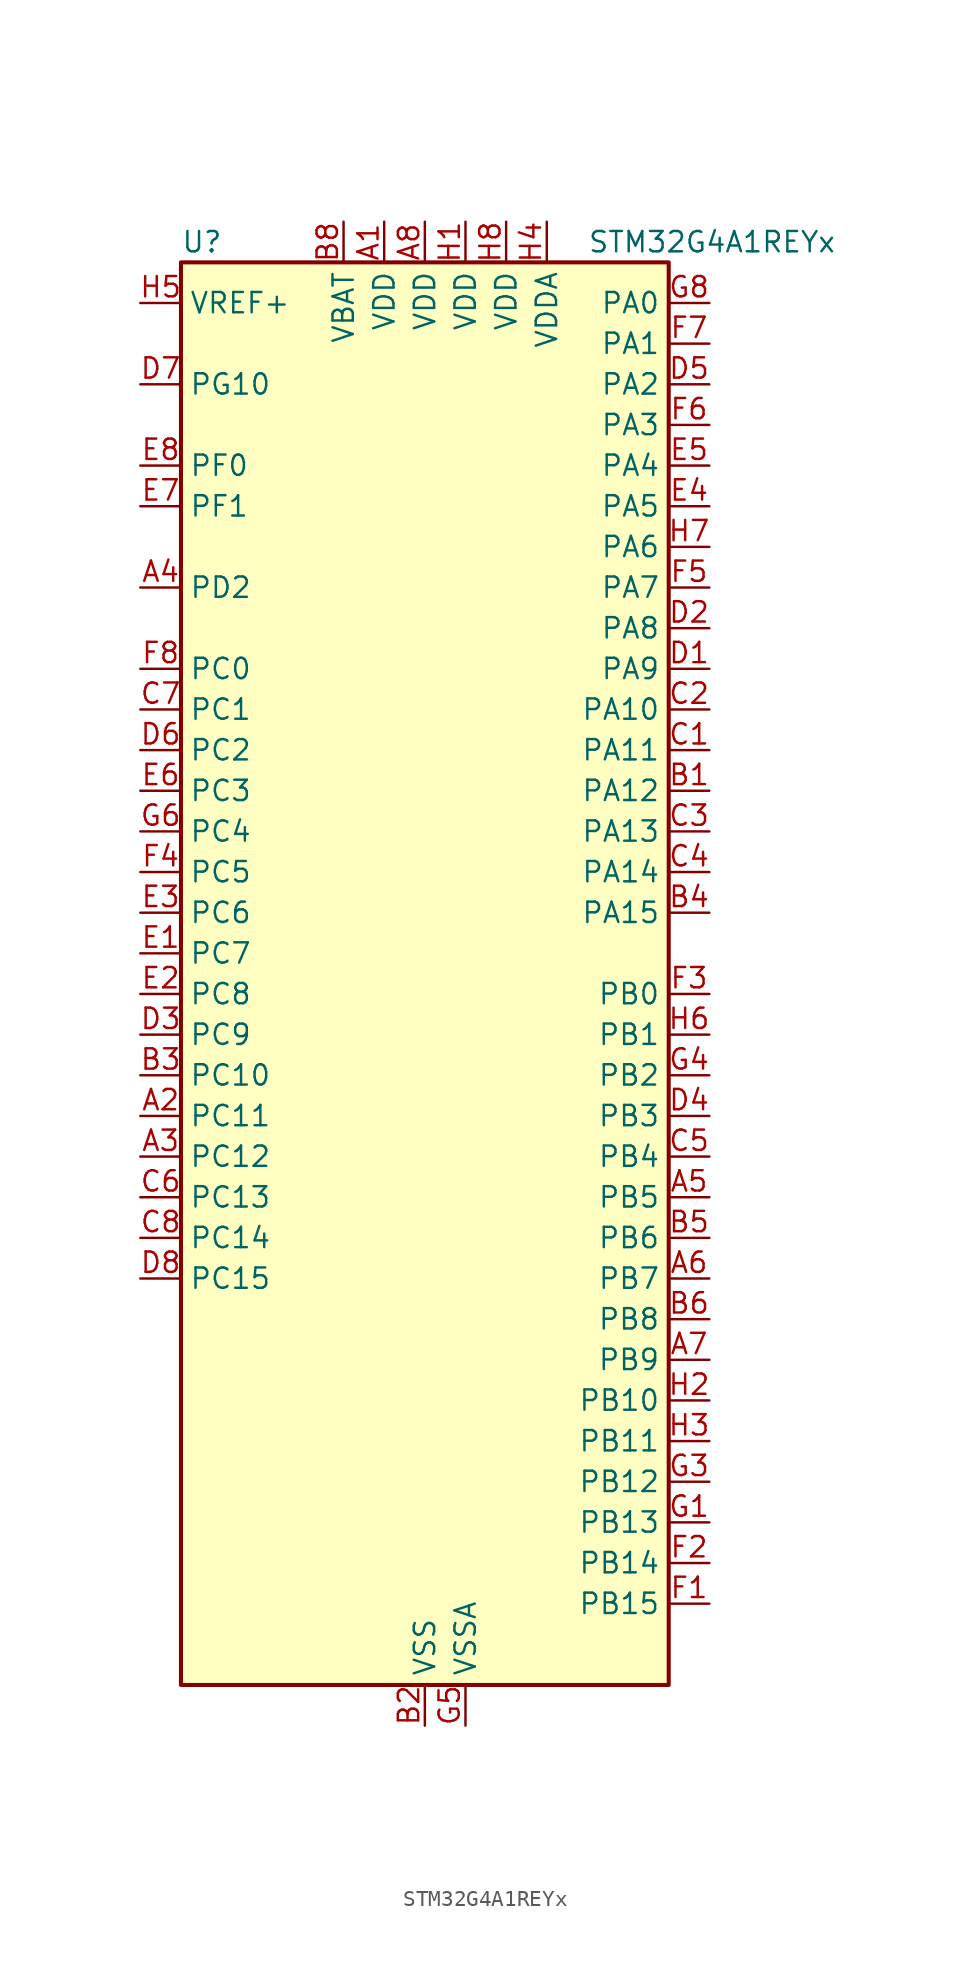
<source format=kicad_sym>
(kicad_symbol_lib
  (version 20220914)
  (generator kicad_symbol_editor)
  (symbol "STM32G4A1REYx"
    (property "Reference" "U"
      (at -15.24 46.99 0)
      (effects (font (size 1.27 1.27)) (justify left)))
    (property "Value" "STM32G4A1REYx"
      (at 10.16 46.99 0)
      (effects (font (size 1.27 1.27)) (justify left)))
    (property "ki_locked" ""
      (at 0 0 0)
      (effects (font (size 1.27 1.27))))
    (symbol "STM32G4A1REYx_0_1"
      (rectangle (start -15.24 -43.18) (end 15.24 45.72) (stroke (width 0.254) (type default)) (fill (type background))))
    (symbol "STM32G4A1REYx_1_1"
      (pin power_in line (at -2.54 48.26 270) (length 2.54) (name "VDD" (effects (font (size 1.27 1.27)))) (number "A1" (effects (font (size 1.27 1.27)))))
      (pin bidirectional line (at -17.78 -7.62 0) (length 2.54) (name "PC11" (effects (font (size 1.27 1.27)))) (number "A2" (effects (font (size 1.27 1.27)))) (alternate "ADC1_EXTI11" bidirectional line) (alternate "ADC2_EXTI11" bidirectional line) (alternate "I2C3_SDA" bidirectional line) (alternate "SPI3_MISO" bidirectional line) (alternate "TIM8_CH2N" bidirectional line) (alternate "UART4_RX" bidirectional line) (alternate "USART3_RX" bidirectional line))
      (pin bidirectional line (at -17.78 -10.16 0) (length 2.54) (name "PC12" (effects (font (size 1.27 1.27)))) (number "A3" (effects (font (size 1.27 1.27)))) (alternate "I2S3_SD" bidirectional line) (alternate "SPI3_MOSI" bidirectional line) (alternate "TIM8_CH3N" bidirectional line) (alternate "UART5_TX" bidirectional line) (alternate "UCPD1_FRSTX1" bidirectional line) (alternate "UCPD1_FRSTX2" bidirectional line) (alternate "USART3_CK" bidirectional line))
      (pin bidirectional line (at -17.78 25.4 0) (length 2.54) (name "PD2" (effects (font (size 1.27 1.27)))) (number "A4" (effects (font (size 1.27 1.27)))) (alternate "ADC3_EXTI2" bidirectional line) (alternate "TIM3_ETR" bidirectional line) (alternate "TIM8_BKIN" bidirectional line) (alternate "UART5_RX" bidirectional line))
      (pin bidirectional line (at 17.78 -12.7 180) (length 2.54) (name "PB5" (effects (font (size 1.27 1.27)))) (number "A5" (effects (font (size 1.27 1.27)))) (alternate "FDCAN2_RX" bidirectional line) (alternate "I2C1_SMBA" bidirectional line) (alternate "I2C3_SDA" bidirectional line) (alternate "I2S3_SD" bidirectional line) (alternate "LPTIM1_IN1" bidirectional line) (alternate "SAI1_SD_B" bidirectional line) (alternate "SPI1_MOSI" bidirectional line) (alternate "SPI3_MOSI" bidirectional line) (alternate "TIM16_BKIN" bidirectional line) (alternate "TIM17_CH1" bidirectional line) (alternate "TIM3_CH2" bidirectional line) (alternate "TIM8_CH3N" bidirectional line) (alternate "UART5_CTS" bidirectional line) (alternate "USART2_CK" bidirectional line))
      (pin bidirectional line (at 17.78 -17.78 180) (length 2.54) (name "PB7" (effects (font (size 1.27 1.27)))) (number "A6" (effects (font (size 1.27 1.27)))) (alternate "COMP3_OUT" bidirectional line) (alternate "I2C1_SDA" bidirectional line) (alternate "LPTIM1_IN2" bidirectional line) (alternate "SYS_PVD_IN" bidirectional line) (alternate "TIM17_CH1N" bidirectional line) (alternate "TIM3_CH4" bidirectional line) (alternate "TIM4_CH2" bidirectional line) (alternate "TIM8_BKIN" bidirectional line) (alternate "UART4_CTS" bidirectional line) (alternate "USART1_RX" bidirectional line))
      (pin bidirectional line (at 17.78 -22.86 180) (length 2.54) (name "PB9" (effects (font (size 1.27 1.27)))) (number "A7" (effects (font (size 1.27 1.27)))) (alternate "COMP2_OUT" bidirectional line) (alternate "DAC1_EXTI9" bidirectional line) (alternate "DAC3_EXTI9" bidirectional line) (alternate "FDCAN1_TX" bidirectional line) (alternate "I2C1_SDA" bidirectional line) (alternate "IR_OUT" bidirectional line) (alternate "SAI1_D2" bidirectional line) (alternate "SAI1_FS_A" bidirectional line) (alternate "TIM17_CH1" bidirectional line) (alternate "TIM1_CH3N" bidirectional line) (alternate "TIM4_CH4" bidirectional line) (alternate "TIM8_CH3" bidirectional line) (alternate "USART3_TX" bidirectional line))
      (pin power_in line (at 0 48.26 270) (length 2.54) (name "VDD" (effects (font (size 1.27 1.27)))) (number "A8" (effects (font (size 1.27 1.27)))))
      (pin bidirectional line (at 17.78 12.7 180) (length 2.54) (name "PA12" (effects (font (size 1.27 1.27)))) (number "B1" (effects (font (size 1.27 1.27)))) (alternate "COMP2_OUT" bidirectional line) (alternate "FDCAN1_TX" bidirectional line) (alternate "I2S_CKIN" bidirectional line) (alternate "TIM16_CH1" bidirectional line) (alternate "TIM1_CH2N" bidirectional line) (alternate "TIM1_ETR" bidirectional line) (alternate "TIM4_CH2" bidirectional line) (alternate "USART1_DE" bidirectional line) (alternate "USART1_RTS" bidirectional line) (alternate "USB_DP" bidirectional line))
      (pin power_in line (at 0 -45.72 90) (length 2.54) (name "VSS" (effects (font (size 1.27 1.27)))) (number "B2" (effects (font (size 1.27 1.27)))))
      (pin bidirectional line (at -17.78 -5.08 0) (length 2.54) (name "PC10" (effects (font (size 1.27 1.27)))) (number "B3" (effects (font (size 1.27 1.27)))) (alternate "DAC1_EXTI10" bidirectional line) (alternate "DAC3_EXTI10" bidirectional line) (alternate "I2S3_CK" bidirectional line) (alternate "SPI3_SCK" bidirectional line) (alternate "TIM8_CH1N" bidirectional line) (alternate "UART4_TX" bidirectional line) (alternate "USART3_TX" bidirectional line))
      (pin bidirectional line (at 17.78 5.08 180) (length 2.54) (name "PA15" (effects (font (size 1.27 1.27)))) (number "B4" (effects (font (size 1.27 1.27)))) (alternate "ADC1_EXTI15" bidirectional line) (alternate "ADC2_EXTI15" bidirectional line) (alternate "I2C1_SCL" bidirectional line) (alternate "I2S3_WS" bidirectional line) (alternate "SPI1_NSS" bidirectional line) (alternate "SPI3_NSS" bidirectional line) (alternate "SYS_JTDI" bidirectional line) (alternate "TIM1_BKIN" bidirectional line) (alternate "TIM20_ETR" bidirectional line) (alternate "TIM2_CH1" bidirectional line) (alternate "TIM2_ETR" bidirectional line) (alternate "TIM8_CH1" bidirectional line) (alternate "UART4_DE" bidirectional line) (alternate "UART4_RTS" bidirectional line) (alternate "USART2_RX" bidirectional line))
      (pin bidirectional line (at 17.78 -15.24 180) (length 2.54) (name "PB6" (effects (font (size 1.27 1.27)))) (number "B5" (effects (font (size 1.27 1.27)))) (alternate "COMP4_OUT" bidirectional line) (alternate "FDCAN2_TX" bidirectional line) (alternate "LPTIM1_ETR" bidirectional line) (alternate "SAI1_FS_B" bidirectional line) (alternate "TIM16_CH1N" bidirectional line) (alternate "TIM4_CH1" bidirectional line) (alternate "TIM8_BKIN2" bidirectional line) (alternate "TIM8_CH1" bidirectional line) (alternate "TIM8_ETR" bidirectional line) (alternate "UCPD1_CC1" bidirectional line) (alternate "USART1_TX" bidirectional line))
      (pin bidirectional line (at 17.78 -20.32 180) (length 2.54) (name "PB8" (effects (font (size 1.27 1.27)))) (number "B6" (effects (font (size 1.27 1.27)))) (alternate "COMP1_OUT" bidirectional line) (alternate "FDCAN1_RX" bidirectional line) (alternate "I2C1_SCL" bidirectional line) (alternate "SAI1_CK1" bidirectional line) (alternate "SAI1_MCLK_A" bidirectional line) (alternate "TIM16_CH1" bidirectional line) (alternate "TIM1_BKIN" bidirectional line) (alternate "TIM4_CH3" bidirectional line) (alternate "TIM8_CH2" bidirectional line) (alternate "USART3_RX" bidirectional line))
      (pin passive line (at 0 -45.72 90) (length 2.54) hide (name "VSS" (effects (font (size 1.27 1.27)))) (number "B7" (effects (font (size 1.27 1.27)))))
      (pin power_in line (at -5.08 48.26 270) (length 2.54) (name "VBAT" (effects (font (size 1.27 1.27)))) (number "B8" (effects (font (size 1.27 1.27)))))
      (pin bidirectional line (at 17.78 15.24 180) (length 2.54) (name "PA11" (effects (font (size 1.27 1.27)))) (number "C1" (effects (font (size 1.27 1.27)))) (alternate "ADC1_EXTI11" bidirectional line) (alternate "ADC2_EXTI11" bidirectional line) (alternate "COMP1_OUT" bidirectional line) (alternate "FDCAN1_RX" bidirectional line) (alternate "I2S2_SD" bidirectional line) (alternate "SPI2_MOSI" bidirectional line) (alternate "TIM1_BKIN2" bidirectional line) (alternate "TIM1_CH1N" bidirectional line) (alternate "TIM1_CH4" bidirectional line) (alternate "TIM4_CH1" bidirectional line) (alternate "USART1_CTS" bidirectional line) (alternate "USART1_NSS" bidirectional line) (alternate "USB_DM" bidirectional line))
      (pin bidirectional line (at 17.78 17.78 180) (length 2.54) (name "PA10" (effects (font (size 1.27 1.27)))) (number "C2" (effects (font (size 1.27 1.27)))) (alternate "CRS_SYNC" bidirectional line) (alternate "DAC1_EXTI10" bidirectional line) (alternate "DAC3_EXTI10" bidirectional line) (alternate "I2C2_SMBA" bidirectional line) (alternate "SAI1_D1" bidirectional line) (alternate "SAI1_SD_A" bidirectional line) (alternate "SPI2_MISO" bidirectional line) (alternate "TIM17_BKIN" bidirectional line) (alternate "TIM1_CH3" bidirectional line) (alternate "TIM2_CH4" bidirectional line) (alternate "TIM8_BKIN" bidirectional line) (alternate "UCPD1_DBCC2" bidirectional line) (alternate "USART1_RX" bidirectional line))
      (pin bidirectional line (at 17.78 10.16 180) (length 2.54) (name "PA13" (effects (font (size 1.27 1.27)))) (number "C3" (effects (font (size 1.27 1.27)))) (alternate "I2C1_SCL" bidirectional line) (alternate "IR_OUT" bidirectional line) (alternate "SAI1_SD_B" bidirectional line) (alternate "SYS_JTMS-SWDIO" bidirectional line) (alternate "TIM16_CH1N" bidirectional line) (alternate "TIM4_CH3" bidirectional line) (alternate "USART3_CTS" bidirectional line) (alternate "USART3_NSS" bidirectional line))
      (pin bidirectional line (at 17.78 7.62 180) (length 2.54) (name "PA14" (effects (font (size 1.27 1.27)))) (number "C4" (effects (font (size 1.27 1.27)))) (alternate "I2C1_SDA" bidirectional line) (alternate "LPTIM1_OUT" bidirectional line) (alternate "SAI1_FS_B" bidirectional line) (alternate "SYS_JTCK-SWCLK" bidirectional line) (alternate "TIM1_BKIN" bidirectional line) (alternate "TIM8_CH2" bidirectional line) (alternate "USART2_TX" bidirectional line))
      (pin bidirectional line (at 17.78 -10.16 180) (length 2.54) (name "PB4" (effects (font (size 1.27 1.27)))) (number "C5" (effects (font (size 1.27 1.27)))) (alternate "SAI1_MCLK_B" bidirectional line) (alternate "SPI1_MISO" bidirectional line) (alternate "SPI3_MISO" bidirectional line) (alternate "SYS_JTRST" bidirectional line) (alternate "TIM16_CH1" bidirectional line) (alternate "TIM17_BKIN" bidirectional line) (alternate "TIM3_CH1" bidirectional line) (alternate "TIM8_CH2N" bidirectional line) (alternate "UART5_DE" bidirectional line) (alternate "UART5_RTS" bidirectional line) (alternate "UCPD1_CC2" bidirectional line) (alternate "USART2_RX" bidirectional line))
      (pin bidirectional line (at -17.78 -12.7 0) (length 2.54) (name "PC13" (effects (font (size 1.27 1.27)))) (number "C6" (effects (font (size 1.27 1.27)))) (alternate "RTC_OUT1" bidirectional line) (alternate "RTC_TAMP1" bidirectional line) (alternate "RTC_TS" bidirectional line) (alternate "SYS_WKUP2" bidirectional line) (alternate "TIM1_BKIN" bidirectional line) (alternate "TIM1_CH1N" bidirectional line) (alternate "TIM8_CH4N" bidirectional line))
      (pin bidirectional line (at -17.78 17.78 0) (length 2.54) (name "PC1" (effects (font (size 1.27 1.27)))) (number "C7" (effects (font (size 1.27 1.27)))) (alternate "ADC1_IN7" bidirectional line) (alternate "ADC2_IN7" bidirectional line) (alternate "COMP3_INP" bidirectional line) (alternate "LPTIM1_OUT" bidirectional line) (alternate "LPUART1_TX" bidirectional line) (alternate "QUADSPI1_BK2_IO0" bidirectional line) (alternate "SAI1_SD_A" bidirectional line) (alternate "TIM1_CH2" bidirectional line))
      (pin bidirectional line (at -17.78 -15.24 0) (length 2.54) (name "PC14" (effects (font (size 1.27 1.27)))) (number "C8" (effects (font (size 1.27 1.27)))) (alternate "RCC_OSC32_IN" bidirectional line))
      (pin bidirectional line (at 17.78 20.32 180) (length 2.54) (name "PA9" (effects (font (size 1.27 1.27)))) (number "D1" (effects (font (size 1.27 1.27)))) (alternate "DAC1_EXTI9" bidirectional line) (alternate "DAC3_EXTI9" bidirectional line) (alternate "I2C2_SCL" bidirectional line) (alternate "I2C3_SMBA" bidirectional line) (alternate "I2S3_MCK" bidirectional line) (alternate "SAI1_FS_A" bidirectional line) (alternate "TIM15_BKIN" bidirectional line) (alternate "TIM1_CH2" bidirectional line) (alternate "TIM2_CH3" bidirectional line) (alternate "UCPD1_DBCC1" bidirectional line) (alternate "USART1_TX" bidirectional line))
      (pin bidirectional line (at 17.78 22.86 180) (length 2.54) (name "PA8" (effects (font (size 1.27 1.27)))) (number "D2" (effects (font (size 1.27 1.27)))) (alternate "I2C2_SDA" bidirectional line) (alternate "I2C3_SCL" bidirectional line) (alternate "I2S2_MCK" bidirectional line) (alternate "RCC_MCO" bidirectional line) (alternate "SAI1_CK2" bidirectional line) (alternate "SAI1_SCK_A" bidirectional line) (alternate "TIM1_CH1" bidirectional line) (alternate "TIM4_ETR" bidirectional line) (alternate "USART1_CK" bidirectional line))
      (pin bidirectional line (at -17.78 -2.54 0) (length 2.54) (name "PC9" (effects (font (size 1.27 1.27)))) (number "D3" (effects (font (size 1.27 1.27)))) (alternate "DAC1_EXTI9" bidirectional line) (alternate "DAC3_EXTI9" bidirectional line) (alternate "I2C3_SDA" bidirectional line) (alternate "I2S_CKIN" bidirectional line) (alternate "TIM3_CH4" bidirectional line) (alternate "TIM8_BKIN2" bidirectional line) (alternate "TIM8_CH4" bidirectional line))
      (pin bidirectional line (at 17.78 -7.62 180) (length 2.54) (name "PB3" (effects (font (size 1.27 1.27)))) (number "D4" (effects (font (size 1.27 1.27)))) (alternate "ADC3_EXTI3" bidirectional line) (alternate "CRS_SYNC" bidirectional line) (alternate "I2S3_CK" bidirectional line) (alternate "SAI1_SCK_B" bidirectional line) (alternate "SPI1_SCK" bidirectional line) (alternate "SPI3_SCK" bidirectional line) (alternate "SYS_JTDO-SWO" bidirectional line) (alternate "TIM2_CH2" bidirectional line) (alternate "TIM3_ETR" bidirectional line) (alternate "TIM4_ETR" bidirectional line) (alternate "TIM8_CH1N" bidirectional line) (alternate "USART2_TX" bidirectional line))
      (pin bidirectional line (at 17.78 38.1 180) (length 2.54) (name "PA2" (effects (font (size 1.27 1.27)))) (number "D5" (effects (font (size 1.27 1.27)))) (alternate "ADC1_IN3" bidirectional line) (alternate "ADC3_EXTI2" bidirectional line) (alternate "COMP2_INM" bidirectional line) (alternate "COMP2_OUT" bidirectional line) (alternate "LPUART1_TX" bidirectional line) (alternate "OPAMP1_VOUT" bidirectional line) (alternate "QUADSPI1_BK1_NCS" bidirectional line) (alternate "RCC_LSCO" bidirectional line) (alternate "SYS_WKUP4" bidirectional line) (alternate "TIM15_CH1" bidirectional line) (alternate "TIM2_CH3" bidirectional line) (alternate "UCPD1_FRSTX1" bidirectional line) (alternate "UCPD1_FRSTX2" bidirectional line) (alternate "USART2_TX" bidirectional line))
      (pin bidirectional line (at -17.78 15.24 0) (length 2.54) (name "PC2" (effects (font (size 1.27 1.27)))) (number "D6" (effects (font (size 1.27 1.27)))) (alternate "ADC1_IN8" bidirectional line) (alternate "ADC2_IN8" bidirectional line) (alternate "ADC3_EXTI2" bidirectional line) (alternate "COMP3_OUT" bidirectional line) (alternate "LPTIM1_IN2" bidirectional line) (alternate "QUADSPI1_BK2_IO1" bidirectional line) (alternate "TIM1_CH3" bidirectional line) (alternate "TIM20_CH2" bidirectional line))
      (pin bidirectional line (at -17.78 38.1 0) (length 2.54) (name "PG10" (effects (font (size 1.27 1.27)))) (number "D7" (effects (font (size 1.27 1.27)))) (alternate "DAC1_EXTI10" bidirectional line) (alternate "DAC3_EXTI10" bidirectional line) (alternate "RCC_MCO" bidirectional line))
      (pin bidirectional line (at -17.78 -17.78 0) (length 2.54) (name "PC15" (effects (font (size 1.27 1.27)))) (number "D8" (effects (font (size 1.27 1.27)))) (alternate "ADC1_EXTI15" bidirectional line) (alternate "ADC2_EXTI15" bidirectional line) (alternate "RCC_OSC32_OUT" bidirectional line))
      (pin bidirectional line (at -17.78 2.54 0) (length 2.54) (name "PC7" (effects (font (size 1.27 1.27)))) (number "E1" (effects (font (size 1.27 1.27)))) (alternate "I2S3_MCK" bidirectional line) (alternate "TIM3_CH2" bidirectional line) (alternate "TIM8_CH2" bidirectional line))
      (pin bidirectional line (at -17.78 0 0) (length 2.54) (name "PC8" (effects (font (size 1.27 1.27)))) (number "E2" (effects (font (size 1.27 1.27)))) (alternate "I2C3_SCL" bidirectional line) (alternate "TIM20_CH3" bidirectional line) (alternate "TIM3_CH3" bidirectional line) (alternate "TIM8_CH3" bidirectional line))
      (pin bidirectional line (at -17.78 5.08 0) (length 2.54) (name "PC6" (effects (font (size 1.27 1.27)))) (number "E3" (effects (font (size 1.27 1.27)))) (alternate "I2S2_MCK" bidirectional line) (alternate "TIM3_CH1" bidirectional line) (alternate "TIM8_CH1" bidirectional line))
      (pin bidirectional line (at 17.78 30.48 180) (length 2.54) (name "PA5" (effects (font (size 1.27 1.27)))) (number "E4" (effects (font (size 1.27 1.27)))) (alternate "ADC2_IN13" bidirectional line) (alternate "COMP2_INM" bidirectional line) (alternate "DAC1_OUT2" bidirectional line) (alternate "OPAMP2_VINM" bidirectional line) (alternate "OPAMP2_VINM0" bidirectional line) (alternate "OPAMP2_VINM_SEC" bidirectional line) (alternate "SPI1_SCK" bidirectional line) (alternate "TIM2_CH1" bidirectional line) (alternate "TIM2_ETR" bidirectional line) (alternate "UCPD1_FRSTX1" bidirectional line) (alternate "UCPD1_FRSTX2" bidirectional line))
      (pin bidirectional line (at 17.78 33.02 180) (length 2.54) (name "PA4" (effects (font (size 1.27 1.27)))) (number "E5" (effects (font (size 1.27 1.27)))) (alternate "ADC2_IN17" bidirectional line) (alternate "COMP1_INM" bidirectional line) (alternate "DAC1_OUT1" bidirectional line) (alternate "I2S3_WS" bidirectional line) (alternate "SAI1_FS_B" bidirectional line) (alternate "SPI1_NSS" bidirectional line) (alternate "SPI3_NSS" bidirectional line) (alternate "TIM3_CH2" bidirectional line) (alternate "USART2_CK" bidirectional line))
      (pin bidirectional line (at -17.78 12.7 0) (length 2.54) (name "PC3" (effects (font (size 1.27 1.27)))) (number "E6" (effects (font (size 1.27 1.27)))) (alternate "ADC1_IN9" bidirectional line) (alternate "ADC2_IN9" bidirectional line) (alternate "ADC3_EXTI3" bidirectional line) (alternate "LPTIM1_ETR" bidirectional line) (alternate "QUADSPI1_BK2_IO2" bidirectional line) (alternate "SAI1_D1" bidirectional line) (alternate "SAI1_SD_A" bidirectional line) (alternate "TIM1_BKIN2" bidirectional line) (alternate "TIM1_CH4" bidirectional line))
      (pin bidirectional line (at -17.78 30.48 0) (length 2.54) (name "PF1" (effects (font (size 1.27 1.27)))) (number "E7" (effects (font (size 1.27 1.27)))) (alternate "ADC2_IN10" bidirectional line) (alternate "COMP3_INM" bidirectional line) (alternate "I2S2_CK" bidirectional line) (alternate "RCC_OSC_OUT" bidirectional line) (alternate "SPI2_SCK" bidirectional line))
      (pin bidirectional line (at -17.78 33.02 0) (length 2.54) (name "PF0" (effects (font (size 1.27 1.27)))) (number "E8" (effects (font (size 1.27 1.27)))) (alternate "ADC1_IN10" bidirectional line) (alternate "I2C2_SDA" bidirectional line) (alternate "I2S2_WS" bidirectional line) (alternate "RCC_OSC_IN" bidirectional line) (alternate "SPI2_NSS" bidirectional line) (alternate "TIM1_CH3N" bidirectional line))
      (pin bidirectional line (at 17.78 -38.1 180) (length 2.54) (name "PB15" (effects (font (size 1.27 1.27)))) (number "F1" (effects (font (size 1.27 1.27)))) (alternate "ADC1_EXTI15" bidirectional line) (alternate "ADC2_EXTI15" bidirectional line) (alternate "ADC2_IN15" bidirectional line) (alternate "COMP3_OUT" bidirectional line) (alternate "I2S2_SD" bidirectional line) (alternate "RTC_REFIN" bidirectional line) (alternate "SPI2_MOSI" bidirectional line) (alternate "TIM15_CH1N" bidirectional line) (alternate "TIM15_CH2" bidirectional line) (alternate "TIM1_CH3N" bidirectional line))
      (pin bidirectional line (at 17.78 -35.56 180) (length 2.54) (name "PB14" (effects (font (size 1.27 1.27)))) (number "F2" (effects (font (size 1.27 1.27)))) (alternate "ADC1_IN5" bidirectional line) (alternate "COMP4_OUT" bidirectional line) (alternate "OPAMP2_VINP" bidirectional line) (alternate "OPAMP2_VINP_SEC" bidirectional line) (alternate "SPI2_MISO" bidirectional line) (alternate "TIM15_CH1" bidirectional line) (alternate "TIM1_CH2N" bidirectional line) (alternate "USART3_DE" bidirectional line) (alternate "USART3_RTS" bidirectional line))
      (pin bidirectional line (at 17.78 0 180) (length 2.54) (name "PB0" (effects (font (size 1.27 1.27)))) (number "F3" (effects (font (size 1.27 1.27)))) (alternate "ADC1_IN15" bidirectional line) (alternate "ADC3_IN12" bidirectional line) (alternate "COMP4_INP" bidirectional line) (alternate "OPAMP2_VINP" bidirectional line) (alternate "OPAMP2_VINP_SEC" bidirectional line) (alternate "OPAMP3_VINP" bidirectional line) (alternate "OPAMP3_VINP_SEC" bidirectional line) (alternate "QUADSPI1_BK1_IO1" bidirectional line) (alternate "TIM1_CH2N" bidirectional line) (alternate "TIM3_CH3" bidirectional line) (alternate "TIM8_CH2N" bidirectional line) (alternate "UCPD1_FRSTX1" bidirectional line) (alternate "UCPD1_FRSTX2" bidirectional line))
      (pin bidirectional line (at -17.78 7.62 0) (length 2.54) (name "PC5" (effects (font (size 1.27 1.27)))) (number "F4" (effects (font (size 1.27 1.27)))) (alternate "ADC2_IN11" bidirectional line) (alternate "OPAMP1_VINM" bidirectional line) (alternate "OPAMP1_VINM1" bidirectional line) (alternate "OPAMP1_VINM_SEC" bidirectional line) (alternate "OPAMP2_VINM" bidirectional line) (alternate "OPAMP2_VINM1" bidirectional line) (alternate "OPAMP2_VINM_SEC" bidirectional line) (alternate "SAI1_D3" bidirectional line) (alternate "SYS_WKUP5" bidirectional line) (alternate "TIM15_BKIN" bidirectional line) (alternate "TIM1_CH4N" bidirectional line) (alternate "USART1_RX" bidirectional line))
      (pin bidirectional line (at 17.78 25.4 180) (length 2.54) (name "PA7" (effects (font (size 1.27 1.27)))) (number "F5" (effects (font (size 1.27 1.27)))) (alternate "ADC2_IN4" bidirectional line) (alternate "COMP2_INP" bidirectional line) (alternate "COMP2_OUT" bidirectional line) (alternate "OPAMP1_VINP" bidirectional line) (alternate "OPAMP1_VINP_SEC" bidirectional line) (alternate "OPAMP2_VINP" bidirectional line) (alternate "OPAMP2_VINP_SEC" bidirectional line) (alternate "QUADSPI1_BK1_IO2" bidirectional line) (alternate "SPI1_MOSI" bidirectional line) (alternate "TIM17_CH1" bidirectional line) (alternate "TIM1_CH1N" bidirectional line) (alternate "TIM3_CH2" bidirectional line) (alternate "TIM8_CH1N" bidirectional line) (alternate "UCPD1_FRSTX1" bidirectional line) (alternate "UCPD1_FRSTX2" bidirectional line))
      (pin bidirectional line (at 17.78 35.56 180) (length 2.54) (name "PA3" (effects (font (size 1.27 1.27)))) (number "F6" (effects (font (size 1.27 1.27)))) (alternate "ADC1_IN4" bidirectional line) (alternate "ADC3_EXTI3" bidirectional line) (alternate "COMP2_INP" bidirectional line) (alternate "LPUART1_RX" bidirectional line) (alternate "OPAMP1_VINM" bidirectional line) (alternate "OPAMP1_VINM0" bidirectional line) (alternate "OPAMP1_VINM_SEC" bidirectional line) (alternate "OPAMP1_VINP" bidirectional line) (alternate "OPAMP1_VINP_SEC" bidirectional line) (alternate "QUADSPI1_CLK" bidirectional line) (alternate "SAI1_CK1" bidirectional line) (alternate "SAI1_MCLK_A" bidirectional line) (alternate "TIM15_CH2" bidirectional line) (alternate "TIM2_CH4" bidirectional line) (alternate "USART2_RX" bidirectional line))
      (pin bidirectional line (at 17.78 40.64 180) (length 2.54) (name "PA1" (effects (font (size 1.27 1.27)))) (number "F7" (effects (font (size 1.27 1.27)))) (alternate "ADC1_IN2" bidirectional line) (alternate "ADC2_IN2" bidirectional line) (alternate "COMP1_INP" bidirectional line) (alternate "OPAMP1_VINP" bidirectional line) (alternate "OPAMP1_VINP_SEC" bidirectional line) (alternate "OPAMP3_VINP" bidirectional line) (alternate "OPAMP3_VINP_SEC" bidirectional line) (alternate "OPAMP6_VINM" bidirectional line) (alternate "OPAMP6_VINM0" bidirectional line) (alternate "OPAMP6_VINM_SEC" bidirectional line) (alternate "RTC_REFIN" bidirectional line) (alternate "TIM15_CH1N" bidirectional line) (alternate "TIM2_CH2" bidirectional line) (alternate "USART2_DE" bidirectional line) (alternate "USART2_RTS" bidirectional line))
      (pin bidirectional line (at -17.78 20.32 0) (length 2.54) (name "PC0" (effects (font (size 1.27 1.27)))) (number "F8" (effects (font (size 1.27 1.27)))) (alternate "ADC1_IN6" bidirectional line) (alternate "ADC2_IN6" bidirectional line) (alternate "COMP3_INM" bidirectional line) (alternate "LPTIM1_IN1" bidirectional line) (alternate "LPUART1_RX" bidirectional line) (alternate "TIM1_CH1" bidirectional line))
      (pin bidirectional line (at 17.78 -33.02 180) (length 2.54) (name "PB13" (effects (font (size 1.27 1.27)))) (number "G1" (effects (font (size 1.27 1.27)))) (alternate "ADC3_IN5" bidirectional line) (alternate "FDCAN2_TX" bidirectional line) (alternate "I2S2_CK" bidirectional line) (alternate "LPUART1_CTS" bidirectional line) (alternate "OPAMP3_VINP" bidirectional line) (alternate "OPAMP3_VINP_SEC" bidirectional line) (alternate "OPAMP6_VINP" bidirectional line) (alternate "OPAMP6_VINP_SEC" bidirectional line) (alternate "SPI2_SCK" bidirectional line) (alternate "TIM1_CH1N" bidirectional line) (alternate "USART3_CTS" bidirectional line) (alternate "USART3_NSS" bidirectional line))
      (pin passive line (at 0 -45.72 90) (length 2.54) hide (name "VSS" (effects (font (size 1.27 1.27)))) (number "G2" (effects (font (size 1.27 1.27)))))
      (pin bidirectional line (at 17.78 -30.48 180) (length 2.54) (name "PB12" (effects (font (size 1.27 1.27)))) (number "G3" (effects (font (size 1.27 1.27)))) (alternate "ADC1_IN11" bidirectional line) (alternate "FDCAN2_RX" bidirectional line) (alternate "I2C2_SMBA" bidirectional line) (alternate "I2S2_WS" bidirectional line) (alternate "LPUART1_DE" bidirectional line) (alternate "LPUART1_RTS" bidirectional line) (alternate "OPAMP6_VINP" bidirectional line) (alternate "OPAMP6_VINP_SEC" bidirectional line) (alternate "SPI2_NSS" bidirectional line) (alternate "TIM1_BKIN" bidirectional line) (alternate "USART3_CK" bidirectional line))
      (pin bidirectional line (at 17.78 -5.08 180) (length 2.54) (name "PB2" (effects (font (size 1.27 1.27)))) (number "G4" (effects (font (size 1.27 1.27)))) (alternate "ADC2_IN12" bidirectional line) (alternate "ADC3_EXTI2" bidirectional line) (alternate "COMP4_INM" bidirectional line) (alternate "I2C3_SMBA" bidirectional line) (alternate "LPTIM1_OUT" bidirectional line) (alternate "OPAMP3_VINM" bidirectional line) (alternate "OPAMP3_VINM0" bidirectional line) (alternate "OPAMP3_VINM_SEC" bidirectional line) (alternate "QUADSPI1_BK2_IO1" bidirectional line) (alternate "RTC_OUT2" bidirectional line) (alternate "TIM20_CH1" bidirectional line))
      (pin power_in line (at 2.54 -45.72 90) (length 2.54) (name "VSSA" (effects (font (size 1.27 1.27)))) (number "G5" (effects (font (size 1.27 1.27)))))
      (pin bidirectional line (at -17.78 10.16 0) (length 2.54) (name "PC4" (effects (font (size 1.27 1.27)))) (number "G6" (effects (font (size 1.27 1.27)))) (alternate "ADC2_IN5" bidirectional line) (alternate "I2C2_SCL" bidirectional line) (alternate "QUADSPI1_BK2_IO3" bidirectional line) (alternate "TIM1_ETR" bidirectional line) (alternate "USART1_TX" bidirectional line))
      (pin passive line (at 0 -45.72 90) (length 2.54) hide (name "VSS" (effects (font (size 1.27 1.27)))) (number "G7" (effects (font (size 1.27 1.27)))))
      (pin bidirectional line (at 17.78 43.18 180) (length 2.54) (name "PA0" (effects (font (size 1.27 1.27)))) (number "G8" (effects (font (size 1.27 1.27)))) (alternate "ADC1_IN1" bidirectional line) (alternate "ADC2_IN1" bidirectional line) (alternate "COMP1_INM" bidirectional line) (alternate "COMP1_OUT" bidirectional line) (alternate "COMP3_INP" bidirectional line) (alternate "RTC_TAMP2" bidirectional line) (alternate "SYS_WKUP1" bidirectional line) (alternate "TIM2_CH1" bidirectional line) (alternate "TIM2_ETR" bidirectional line) (alternate "TIM8_BKIN" bidirectional line) (alternate "TIM8_ETR" bidirectional line) (alternate "USART2_CTS" bidirectional line) (alternate "USART2_NSS" bidirectional line))
      (pin power_in line (at 2.54 48.26 270) (length 2.54) (name "VDD" (effects (font (size 1.27 1.27)))) (number "H1" (effects (font (size 1.27 1.27)))))
      (pin bidirectional line (at 17.78 -25.4 180) (length 2.54) (name "PB10" (effects (font (size 1.27 1.27)))) (number "H2" (effects (font (size 1.27 1.27)))) (alternate "DAC1_EXTI10" bidirectional line) (alternate "DAC3_EXTI10" bidirectional line) (alternate "LPUART1_RX" bidirectional line) (alternate "OPAMP3_VINM" bidirectional line) (alternate "OPAMP3_VINM1" bidirectional line) (alternate "OPAMP3_VINM_SEC" bidirectional line) (alternate "QUADSPI1_CLK" bidirectional line) (alternate "SAI1_SCK_A" bidirectional line) (alternate "TIM1_BKIN" bidirectional line) (alternate "TIM2_CH3" bidirectional line) (alternate "USART3_TX" bidirectional line))
      (pin bidirectional line (at 17.78 -27.94 180) (length 2.54) (name "PB11" (effects (font (size 1.27 1.27)))) (number "H3" (effects (font (size 1.27 1.27)))) (alternate "ADC1_EXTI11" bidirectional line) (alternate "ADC1_IN14" bidirectional line) (alternate "ADC2_EXTI11" bidirectional line) (alternate "ADC2_IN14" bidirectional line) (alternate "LPUART1_TX" bidirectional line) (alternate "OPAMP6_VOUT" bidirectional line) (alternate "QUADSPI1_BK1_NCS" bidirectional line) (alternate "TIM2_CH4" bidirectional line) (alternate "USART3_RX" bidirectional line))
      (pin power_in line (at 7.62 48.26 270) (length 2.54) (name "VDDA" (effects (font (size 1.27 1.27)))) (number "H4" (effects (font (size 1.27 1.27)))))
      (pin input line (at -17.78 43.18 0) (length 2.54) (name "VREF+" (effects (font (size 1.27 1.27)))) (number "H5" (effects (font (size 1.27 1.27)))) (alternate "VREFBUF_OUT" bidirectional line))
      (pin bidirectional line (at 17.78 -2.54 180) (length 2.54) (name "PB1" (effects (font (size 1.27 1.27)))) (number "H6" (effects (font (size 1.27 1.27)))) (alternate "ADC1_IN12" bidirectional line) (alternate "ADC3_IN1" bidirectional line) (alternate "COMP1_INP" bidirectional line) (alternate "COMP4_OUT" bidirectional line) (alternate "LPUART1_DE" bidirectional line) (alternate "LPUART1_RTS" bidirectional line) (alternate "OPAMP3_VOUT" bidirectional line) (alternate "OPAMP6_VINM" bidirectional line) (alternate "OPAMP6_VINM1" bidirectional line) (alternate "OPAMP6_VINM_SEC" bidirectional line) (alternate "QUADSPI1_BK1_IO0" bidirectional line) (alternate "TIM1_CH3N" bidirectional line) (alternate "TIM3_CH4" bidirectional line) (alternate "TIM8_CH3N" bidirectional line))
      (pin bidirectional line (at 17.78 27.94 180) (length 2.54) (name "PA6" (effects (font (size 1.27 1.27)))) (number "H7" (effects (font (size 1.27 1.27)))) (alternate "ADC2_IN3" bidirectional line) (alternate "COMP1_OUT" bidirectional line) (alternate "LPUART1_CTS" bidirectional line) (alternate "OPAMP2_VOUT" bidirectional line) (alternate "QUADSPI1_BK1_IO3" bidirectional line) (alternate "SPI1_MISO" bidirectional line) (alternate "TIM16_CH1" bidirectional line) (alternate "TIM1_BKIN" bidirectional line) (alternate "TIM3_CH1" bidirectional line) (alternate "TIM8_BKIN" bidirectional line))
      (pin power_in line (at 5.08 48.26 270) (length 2.54) (name "VDD" (effects (font (size 1.27 1.27)))) (number "H8" (effects (font (size 1.27 1.27))))))))
</source>
